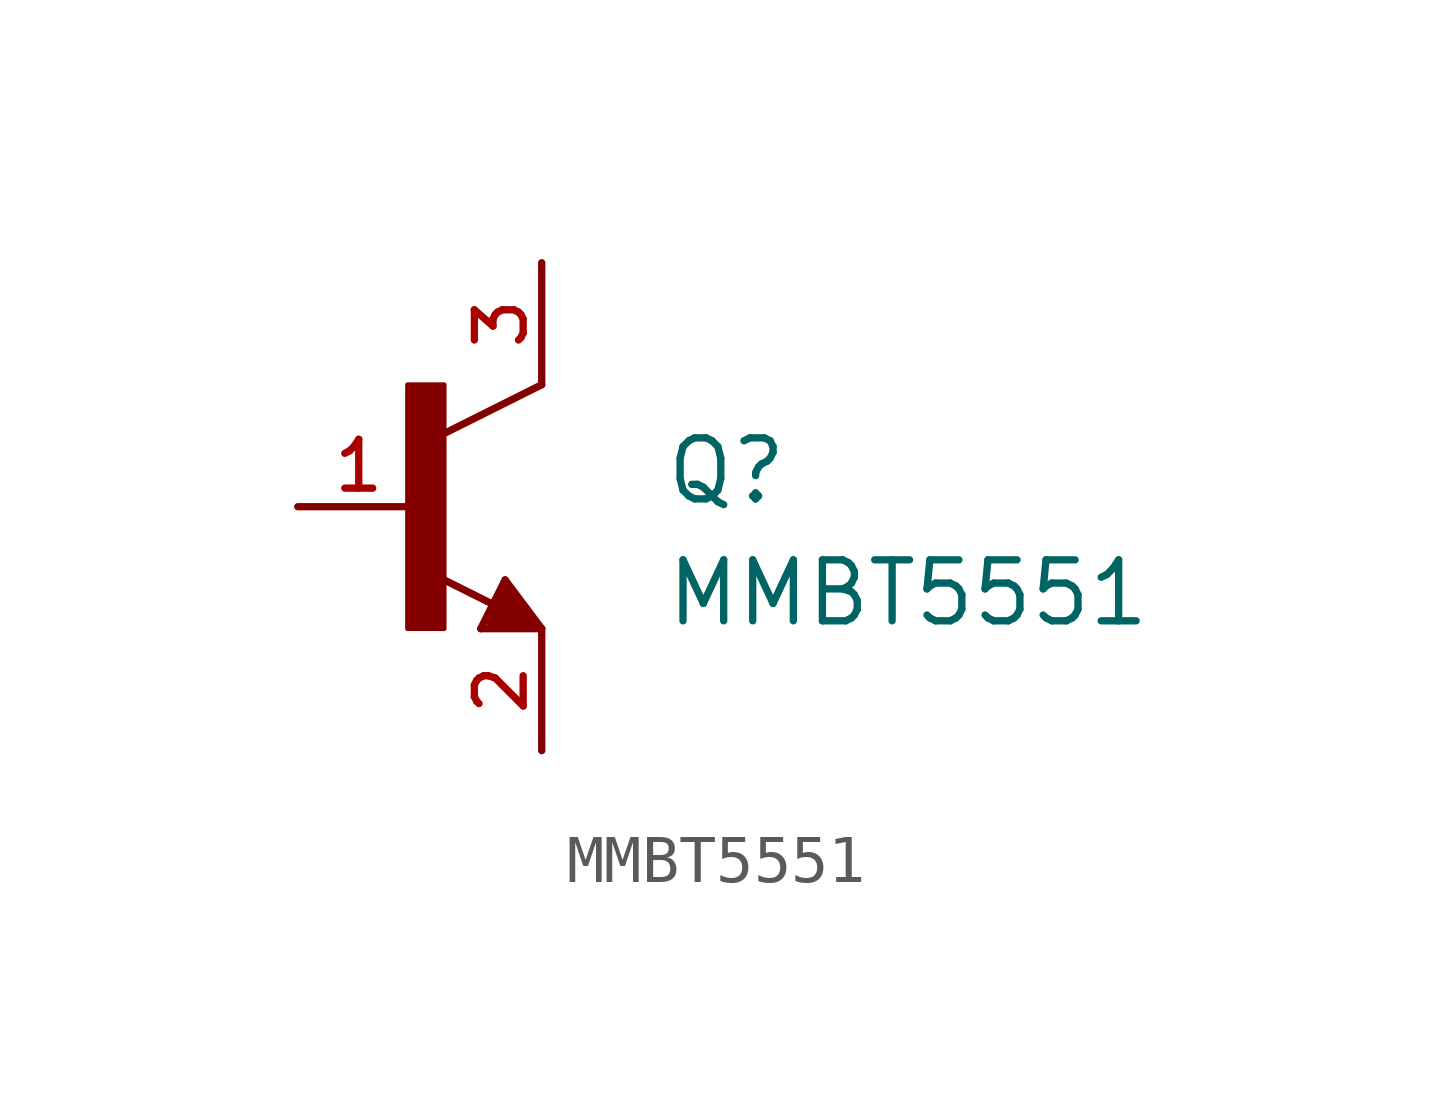
<source format=kicad_sym>
(kicad_symbol_lib
  (version 20211014)
  (generator kicad_symbol_editor)
  (symbol "MMBT5551"
    (pin_names
      (offset 1.016))
    (property "Reference" "Q"
      (at 5.08 0.0 0)
      (effects (font (size 1.27 1.27)) (justify bottom left)))
    (property "Value" "MMBT5551"
      (at 5.08 -2.54 0)
      (effects (font (size 1.27 1.27)) (justify bottom left)))
    (symbol "MMBT5551_0_0"
      (polyline (pts (xy 2.54 2.54) (xy 0.508 1.524)) (stroke (width 0.152)))
      (polyline (pts (xy 1.778 -1.524) (xy 2.54 -2.54)) (stroke (width 0.152)))
      (polyline (pts (xy 2.54 -2.54) (xy 1.27 -2.54)) (stroke (width 0.152)))
      (polyline (pts (xy 1.27 -2.54) (xy 1.778 -1.524)) (stroke (width 0.152)))
      (polyline (pts (xy 1.54 -2.04) (xy 0.308 -1.424)) (stroke (width 0.152)))
      (polyline (pts (xy 1.524 -2.413) (xy 2.286 -2.413)) (stroke (width 0.254)))
      (polyline (pts (xy 2.286 -2.413) (xy 1.778 -1.778)) (stroke (width 0.254)))
      (polyline (pts (xy 1.778 -1.778) (xy 1.524 -2.286)) (stroke (width 0.254)))
      (polyline (pts (xy 1.524 -2.286) (xy 1.905 -2.286)) (stroke (width 0.254)))
      (polyline (pts (xy 1.905 -2.286) (xy 1.778 -2.032)) (stroke (width 0.254)))
      (rectangle (start -0.254 -2.54) (end 0.508 2.54) (stroke (width 0.1)) (fill (type outline)))
      (pin passive line (at -2.54 0.0 0) (length 2.54) (name "~" (effects (font (size 1.016 1.016)))) (number "1" (effects (font (size 1.016 1.016)))))
      (pin passive line (at 2.54 -5.08 90.0) (length 2.54) (name "~" (effects (font (size 1.016 1.016)))) (number "2" (effects (font (size 1.016 1.016)))))
      (pin passive line (at 2.54 5.08 270.0) (length 2.54) (name "~" (effects (font (size 1.016 1.016)))) (number "3" (effects (font (size 1.016 1.016))))))))
</source>
